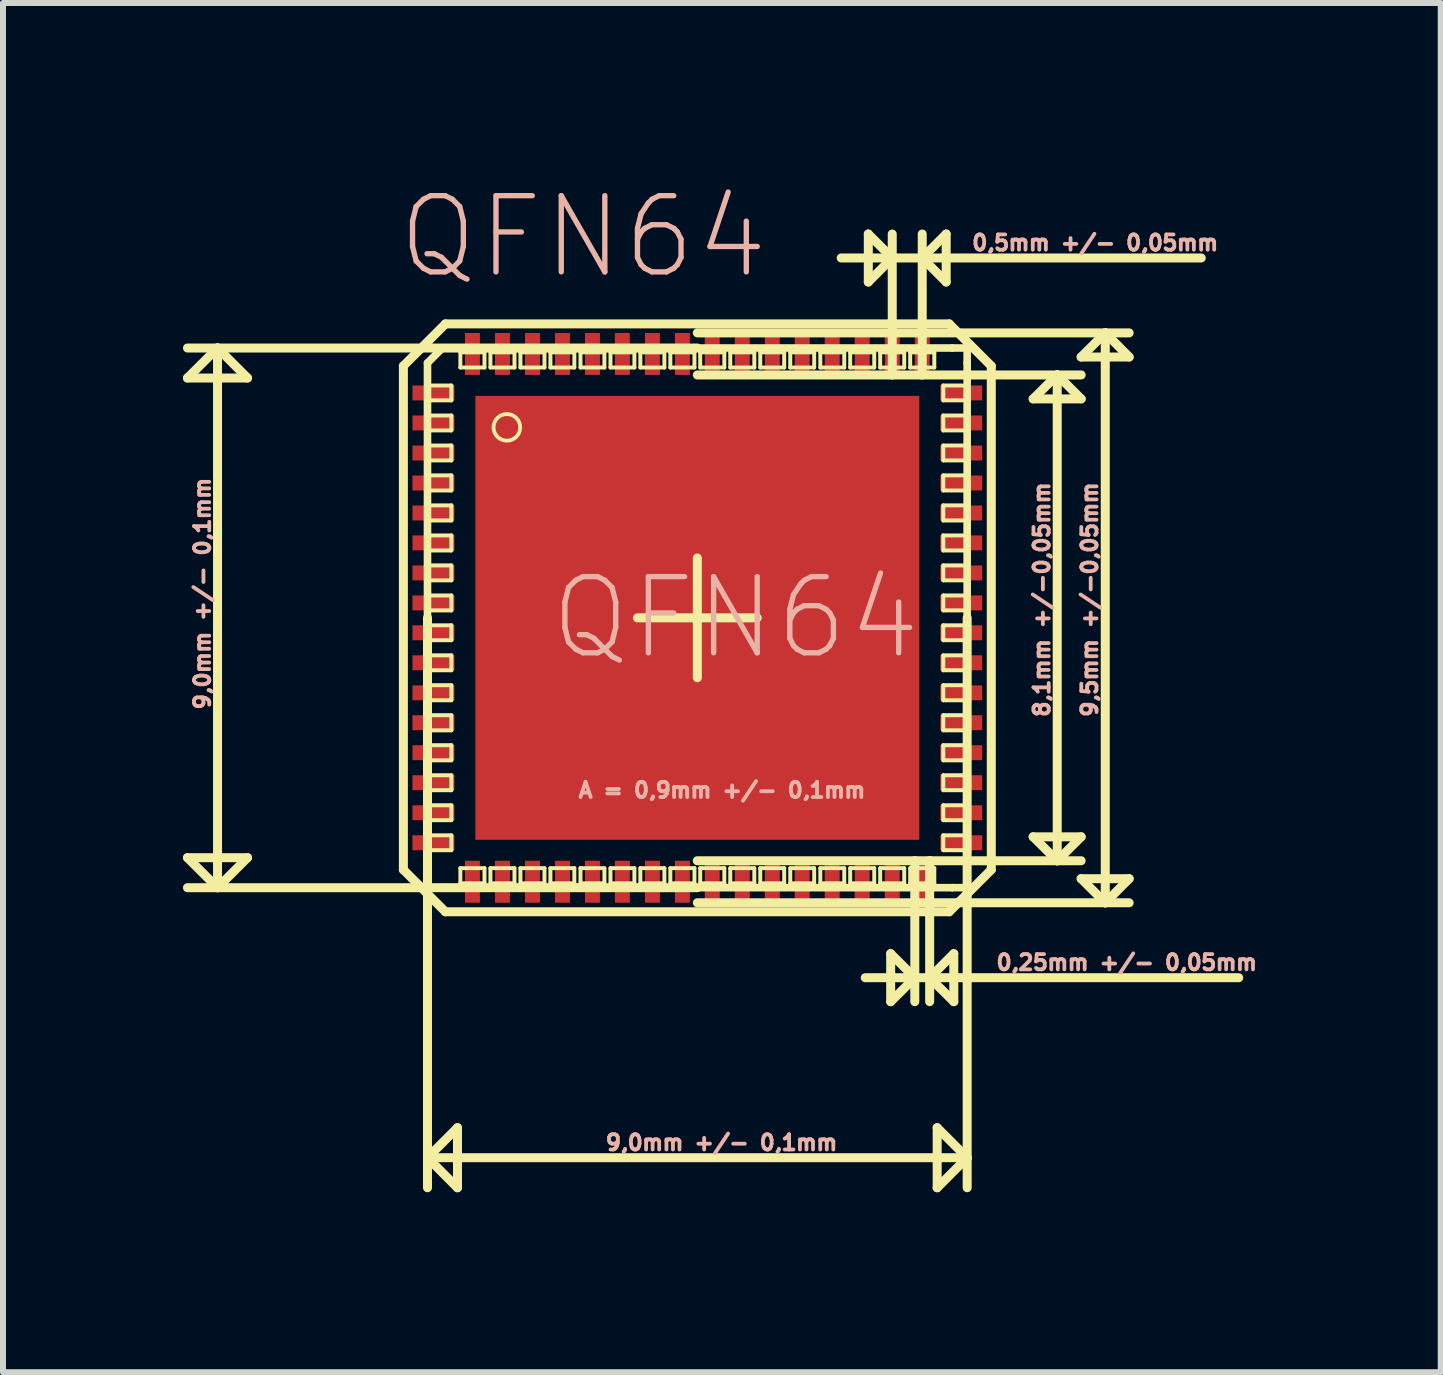
<source format=kicad_pcb>
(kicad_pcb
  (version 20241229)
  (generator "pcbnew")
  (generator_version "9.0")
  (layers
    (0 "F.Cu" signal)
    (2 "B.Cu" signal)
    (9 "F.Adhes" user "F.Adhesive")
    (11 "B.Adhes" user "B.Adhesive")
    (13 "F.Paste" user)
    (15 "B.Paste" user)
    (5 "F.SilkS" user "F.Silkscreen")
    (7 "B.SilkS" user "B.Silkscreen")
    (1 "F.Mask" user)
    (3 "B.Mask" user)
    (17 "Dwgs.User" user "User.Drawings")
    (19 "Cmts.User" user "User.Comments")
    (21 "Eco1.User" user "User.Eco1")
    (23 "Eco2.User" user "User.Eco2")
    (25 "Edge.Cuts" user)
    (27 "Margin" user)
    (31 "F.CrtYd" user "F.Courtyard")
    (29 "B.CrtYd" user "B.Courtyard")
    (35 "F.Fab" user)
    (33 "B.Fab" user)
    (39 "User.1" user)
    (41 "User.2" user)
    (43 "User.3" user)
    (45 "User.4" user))
  (footprint "QFN64"
    (layer "F.Cu")
    (at 8.574 7.249)
    (property "Reference" "QFN64" (at -1.905 -6.35 0) (layer "B.SilkS") (effects (font (size 1.27 1.27) (thickness 0.089))))
    (attr smd)
    (fp_line (start -8.499 -3.998) (end -7.498 -3.998) (stroke (width 0.15) (type solid)) (layer "F.SilkS"))
    (fp_line (start -8.499 3.998) (end -7.498 3.998) (stroke (width 0.15) (type solid)) (layer "F.SilkS"))
    (fp_line (start -7.998 -4.498) (end -8.499 -4.498) (stroke (width 0.15) (type solid)) (layer "F.SilkS"))
    (fp_line (start -7.998 -4.498) (end -8.499 -3.998) (stroke (width 0.15) (type solid)) (layer "F.SilkS"))
    (fp_line (start -7.998 -4.498) (end -7.998 4.498) (stroke (width 0.15) (type solid)) (layer "F.SilkS"))
    (fp_line (start -7.998 4.498) (end -8.499 3.998) (stroke (width 0.15) (type solid)) (layer "F.SilkS"))
    (fp_line (start -7.998 4.498) (end -8.499 4.498) (stroke (width 0.15) (type solid)) (layer "F.SilkS"))
    (fp_line (start -7.998 4.498) (end 0 4.498) (stroke (width 0.15) (type solid)) (layer "F.SilkS"))
    (fp_line (start -7.498 -3.998) (end -7.998 -4.498) (stroke (width 0.15) (type solid)) (layer "F.SilkS"))
    (fp_line (start -7.498 3.998) (end -7.998 4.498) (stroke (width 0.15) (type solid)) (layer "F.SilkS"))
    (fp_line (start -4.9 -4.199) (end -4.9 4.199) (stroke (width 0.15) (type solid)) (layer "F.SilkS"))
    (fp_line (start -4.9 4.199) (end -4.199 4.9) (stroke (width 0.15) (type solid)) (layer "F.SilkS"))
    (fp_line (start -4.498 -4.249) (end -4.498 4.249) (stroke (width 0.127) (type solid)) (layer "F.SilkS"))
    (fp_line (start -4.498 -3.873) (end -4.1 -3.873) (stroke (width 0.066) (type solid)) (layer "F.SilkS"))
    (fp_line (start -4.498 -3.625) (end -4.498 -3.873) (stroke (width 0.066) (type solid)) (layer "F.SilkS"))
    (fp_line (start -4.498 -3.625) (end -4.1 -3.625) (stroke (width 0.066) (type solid)) (layer "F.SilkS"))
    (fp_line (start -4.498 -3.373) (end -4.1 -3.373) (stroke (width 0.066) (type solid)) (layer "F.SilkS"))
    (fp_line (start -4.498 -3.124) (end -4.498 -3.373) (stroke (width 0.066) (type solid)) (layer "F.SilkS"))
    (fp_line (start -4.498 -3.124) (end -4.1 -3.124) (stroke (width 0.066) (type solid)) (layer "F.SilkS"))
    (fp_line (start -4.498 -2.873) (end -4.1 -2.873) (stroke (width 0.066) (type solid)) (layer "F.SilkS"))
    (fp_line (start -4.498 -2.624) (end -4.498 -2.873) (stroke (width 0.066) (type solid)) (layer "F.SilkS"))
    (fp_line (start -4.498 -2.624) (end -4.1 -2.624) (stroke (width 0.066) (type solid)) (layer "F.SilkS"))
    (fp_line (start -4.498 -2.375) (end -4.1 -2.375) (stroke (width 0.066) (type solid)) (layer "F.SilkS"))
    (fp_line (start -4.498 -2.123) (end -4.498 -2.375) (stroke (width 0.066) (type solid)) (layer "F.SilkS"))
    (fp_line (start -4.498 -2.123) (end -4.1 -2.123) (stroke (width 0.066) (type solid)) (layer "F.SilkS"))
    (fp_line (start -4.498 -1.875) (end -4.1 -1.875) (stroke (width 0.066) (type solid)) (layer "F.SilkS"))
    (fp_line (start -4.498 -1.623) (end -4.498 -1.875) (stroke (width 0.066) (type solid)) (layer "F.SilkS"))
    (fp_line (start -4.498 -1.623) (end -4.1 -1.623) (stroke (width 0.066) (type solid)) (layer "F.SilkS"))
    (fp_line (start -4.498 -1.374) (end -4.1 -1.374) (stroke (width 0.066) (type solid)) (layer "F.SilkS"))
    (fp_line (start -4.498 -1.123) (end -4.498 -1.374) (stroke (width 0.066) (type solid)) (layer "F.SilkS"))
    (fp_line (start -4.498 -1.123) (end -4.1 -1.123) (stroke (width 0.066) (type solid)) (layer "F.SilkS"))
    (fp_line (start -4.498 -0.874) (end -4.1 -0.874) (stroke (width 0.066) (type solid)) (layer "F.SilkS"))
    (fp_line (start -4.498 -0.625) (end -4.498 -0.874) (stroke (width 0.066) (type solid)) (layer "F.SilkS"))
    (fp_line (start -4.498 -0.625) (end -4.1 -0.625) (stroke (width 0.066) (type solid)) (layer "F.SilkS"))
    (fp_line (start -4.498 -0.373) (end -4.1 -0.373) (stroke (width 0.066) (type solid)) (layer "F.SilkS"))
    (fp_line (start -4.498 -0.124) (end -4.498 -0.373) (stroke (width 0.066) (type solid)) (layer "F.SilkS"))
    (fp_line (start -4.498 -0.124) (end -4.1 -0.124) (stroke (width 0.066) (type solid)) (layer "F.SilkS"))
    (fp_line (start -4.498 0) (end -4.498 8.999) (stroke (width 0.15) (type solid)) (layer "F.SilkS"))
    (fp_line (start -4.498 0.124) (end -4.1 0.124) (stroke (width 0.066) (type solid)) (layer "F.SilkS"))
    (fp_line (start -4.498 0.373) (end -4.498 0.124) (stroke (width 0.066) (type solid)) (layer "F.SilkS"))
    (fp_line (start -4.498 0.373) (end -4.1 0.373) (stroke (width 0.066) (type solid)) (layer "F.SilkS"))
    (fp_line (start -4.498 0.625) (end -4.1 0.625) (stroke (width 0.066) (type solid)) (layer "F.SilkS"))
    (fp_line (start -4.498 0.874) (end -4.498 0.625) (stroke (width 0.066) (type solid)) (layer "F.SilkS"))
    (fp_line (start -4.498 0.874) (end -4.1 0.874) (stroke (width 0.066) (type solid)) (layer "F.SilkS"))
    (fp_line (start -4.498 1.123) (end -4.1 1.123) (stroke (width 0.066) (type solid)) (layer "F.SilkS"))
    (fp_line (start -4.498 1.374) (end -4.498 1.123) (stroke (width 0.066) (type solid)) (layer "F.SilkS"))
    (fp_line (start -4.498 1.374) (end -4.1 1.374) (stroke (width 0.066) (type solid)) (layer "F.SilkS"))
    (fp_line (start -4.498 1.623) (end -4.1 1.623) (stroke (width 0.066) (type solid)) (layer "F.SilkS"))
    (fp_line (start -4.498 1.875) (end -4.498 1.623) (stroke (width 0.066) (type solid)) (layer "F.SilkS"))
    (fp_line (start -4.498 1.875) (end -4.1 1.875) (stroke (width 0.066) (type solid)) (layer "F.SilkS"))
    (fp_line (start -4.498 2.123) (end -4.1 2.123) (stroke (width 0.066) (type solid)) (layer "F.SilkS"))
    (fp_line (start -4.498 2.375) (end -4.498 2.123) (stroke (width 0.066) (type solid)) (layer "F.SilkS"))
    (fp_line (start -4.498 2.375) (end -4.1 2.375) (stroke (width 0.066) (type solid)) (layer "F.SilkS"))
    (fp_line (start -4.498 2.624) (end -4.1 2.624) (stroke (width 0.066) (type solid)) (layer "F.SilkS"))
    (fp_line (start -4.498 2.873) (end -4.498 2.624) (stroke (width 0.066) (type solid)) (layer "F.SilkS"))
    (fp_line (start -4.498 2.873) (end -4.1 2.873) (stroke (width 0.066) (type solid)) (layer "F.SilkS"))
    (fp_line (start -4.498 3.124) (end -4.1 3.124) (stroke (width 0.066) (type solid)) (layer "F.SilkS"))
    (fp_line (start -4.498 3.373) (end -4.498 3.124) (stroke (width 0.066) (type solid)) (layer "F.SilkS"))
    (fp_line (start -4.498 3.373) (end -4.1 3.373) (stroke (width 0.066) (type solid)) (layer "F.SilkS"))
    (fp_line (start -4.498 3.625) (end -4.1 3.625) (stroke (width 0.066) (type solid)) (layer "F.SilkS"))
    (fp_line (start -4.498 3.873) (end -4.498 3.625) (stroke (width 0.066) (type solid)) (layer "F.SilkS"))
    (fp_line (start -4.498 3.873) (end -4.1 3.873) (stroke (width 0.066) (type solid)) (layer "F.SilkS"))
    (fp_line (start -4.498 4.498) (end -4.498 4.249) (stroke (width 0.127) (type solid)) (layer "F.SilkS"))
    (fp_line (start -4.498 8.999) (end -4.498 9.5) (stroke (width 0.15) (type solid)) (layer "F.SilkS"))
    (fp_line (start -4.498 8.999) (end -3.998 8.499) (stroke (width 0.15) (type solid)) (layer "F.SilkS"))
    (fp_line (start -4.498 8.999) (end 4.498 8.999) (stroke (width 0.15) (type solid)) (layer "F.SilkS"))
    (fp_line (start -4.249 -4.498) (end -4.498 -4.249) (stroke (width 0.127) (type solid)) (layer "F.SilkS"))
    (fp_line (start -4.249 4.498) (end -4.498 4.498) (stroke (width 0.127) (type solid)) (layer "F.SilkS"))
    (fp_line (start -4.249 4.498) (end 4.249 4.498) (stroke (width 0.127) (type solid)) (layer "F.SilkS"))
    (fp_line (start -4.199 -4.9) (end -4.9 -4.199) (stroke (width 0.15) (type solid)) (layer "F.SilkS"))
    (fp_line (start -4.199 4.9) (end 4.199 4.9) (stroke (width 0.15) (type solid)) (layer "F.SilkS"))
    (fp_line (start -4.1 -3.625) (end -4.1 -3.873) (stroke (width 0.066) (type solid)) (layer "F.SilkS"))
    (fp_line (start -4.1 -3.124) (end -4.1 -3.373) (stroke (width 0.066) (type solid)) (layer "F.SilkS"))
    (fp_line (start -4.1 -2.624) (end -4.1 -2.873) (stroke (width 0.066) (type solid)) (layer "F.SilkS"))
    (fp_line (start -4.1 -2.123) (end -4.1 -2.375) (stroke (width 0.066) (type solid)) (layer "F.SilkS"))
    (fp_line (start -4.1 -1.623) (end -4.1 -1.875) (stroke (width 0.066) (type solid)) (layer "F.SilkS"))
    (fp_line (start -4.1 -1.123) (end -4.1 -1.374) (stroke (width 0.066) (type solid)) (layer "F.SilkS"))
    (fp_line (start -4.1 -0.625) (end -4.1 -0.874) (stroke (width 0.066) (type solid)) (layer "F.SilkS"))
    (fp_line (start -4.1 -0.124) (end -4.1 -0.373) (stroke (width 0.066) (type solid)) (layer "F.SilkS"))
    (fp_line (start -4.1 0.373) (end -4.1 0.124) (stroke (width 0.066) (type solid)) (layer "F.SilkS"))
    (fp_line (start -4.1 0.874) (end -4.1 0.625) (stroke (width 0.066) (type solid)) (layer "F.SilkS"))
    (fp_line (start -4.1 1.374) (end -4.1 1.123) (stroke (width 0.066) (type solid)) (layer "F.SilkS"))
    (fp_line (start -4.1 1.875) (end -4.1 1.623) (stroke (width 0.066) (type solid)) (layer "F.SilkS"))
    (fp_line (start -4.1 2.375) (end -4.1 2.123) (stroke (width 0.066) (type solid)) (layer "F.SilkS"))
    (fp_line (start -4.1 2.873) (end -4.1 2.624) (stroke (width 0.066) (type solid)) (layer "F.SilkS"))
    (fp_line (start -4.1 3.373) (end -4.1 3.124) (stroke (width 0.066) (type solid)) (layer "F.SilkS"))
    (fp_line (start -4.1 3.873) (end -4.1 3.625) (stroke (width 0.066) (type solid)) (layer "F.SilkS"))
    (fp_line (start -3.998 8.499) (end -3.998 9.5) (stroke (width 0.15) (type solid)) (layer "F.SilkS"))
    (fp_line (start -3.998 9.5) (end -4.498 8.999) (stroke (width 0.15) (type solid)) (layer "F.SilkS"))
    (fp_line (start -3.95 -4.425) (end -3.548 -4.425) (stroke (width 0.066) (type solid)) (layer "F.SilkS"))
    (fp_line (start -3.95 -4.173) (end -3.95 -4.425) (stroke (width 0.066) (type solid)) (layer "F.SilkS"))
    (fp_line (start -3.95 -4.173) (end -3.548 -4.173) (stroke (width 0.066) (type solid)) (layer "F.SilkS"))
    (fp_line (start -3.95 4.173) (end -3.548 4.173) (stroke (width 0.066) (type solid)) (layer "F.SilkS"))
    (fp_line (start -3.95 4.425) (end -3.95 4.173) (stroke (width 0.066) (type solid)) (layer "F.SilkS"))
    (fp_line (start -3.95 4.425) (end -3.548 4.425) (stroke (width 0.066) (type solid)) (layer "F.SilkS"))
    (fp_line (start -3.548 -4.173) (end -3.548 -4.425) (stroke (width 0.066) (type solid)) (layer "F.SilkS"))
    (fp_line (start -3.548 4.425) (end -3.548 4.173) (stroke (width 0.066) (type solid)) (layer "F.SilkS"))
    (fp_line (start -3.449 -4.425) (end -3.048 -4.425) (stroke (width 0.066) (type solid)) (layer "F.SilkS"))
    (fp_line (start -3.449 -4.173) (end -3.449 -4.425) (stroke (width 0.066) (type solid)) (layer "F.SilkS"))
    (fp_line (start -3.449 -4.173) (end -3.048 -4.173) (stroke (width 0.066) (type solid)) (layer "F.SilkS"))
    (fp_line (start -3.449 4.173) (end -3.048 4.173) (stroke (width 0.066) (type solid)) (layer "F.SilkS"))
    (fp_line (start -3.449 4.425) (end -3.449 4.173) (stroke (width 0.066) (type solid)) (layer "F.SilkS"))
    (fp_line (start -3.449 4.425) (end -3.048 4.425) (stroke (width 0.066) (type solid)) (layer "F.SilkS"))
    (fp_line (start -3.048 -4.173) (end -3.048 -4.425) (stroke (width 0.066) (type solid)) (layer "F.SilkS"))
    (fp_line (start -3.048 4.425) (end -3.048 4.173) (stroke (width 0.066) (type solid)) (layer "F.SilkS"))
    (fp_line (start -2.949 -4.425) (end -2.548 -4.425) (stroke (width 0.066) (type solid)) (layer "F.SilkS"))
    (fp_line (start -2.949 -4.173) (end -2.949 -4.425) (stroke (width 0.066) (type solid)) (layer "F.SilkS"))
    (fp_line (start -2.949 -4.173) (end -2.548 -4.173) (stroke (width 0.066) (type solid)) (layer "F.SilkS"))
    (fp_line (start -2.949 4.173) (end -2.548 4.173) (stroke (width 0.066) (type solid)) (layer "F.SilkS"))
    (fp_line (start -2.949 4.425) (end -2.949 4.173) (stroke (width 0.066) (type solid)) (layer "F.SilkS"))
    (fp_line (start -2.949 4.425) (end -2.548 4.425) (stroke (width 0.066) (type solid)) (layer "F.SilkS"))
    (fp_line (start -2.548 -4.173) (end -2.548 -4.425) (stroke (width 0.066) (type solid)) (layer "F.SilkS"))
    (fp_line (start -2.548 4.425) (end -2.548 4.173) (stroke (width 0.066) (type solid)) (layer "F.SilkS"))
    (fp_line (start -2.449 -4.425) (end -2.05 -4.425) (stroke (width 0.066) (type solid)) (layer "F.SilkS"))
    (fp_line (start -2.449 -4.173) (end -2.449 -4.425) (stroke (width 0.066) (type solid)) (layer "F.SilkS"))
    (fp_line (start -2.449 -4.173) (end -2.05 -4.173) (stroke (width 0.066) (type solid)) (layer "F.SilkS"))
    (fp_line (start -2.449 4.173) (end -2.05 4.173) (stroke (width 0.066) (type solid)) (layer "F.SilkS"))
    (fp_line (start -2.449 4.425) (end -2.449 4.173) (stroke (width 0.066) (type solid)) (layer "F.SilkS"))
    (fp_line (start -2.449 4.425) (end -2.05 4.425) (stroke (width 0.066) (type solid)) (layer "F.SilkS"))
    (fp_line (start -2.05 -4.173) (end -2.05 -4.425) (stroke (width 0.066) (type solid)) (layer "F.SilkS"))
    (fp_line (start -2.05 4.425) (end -2.05 4.173) (stroke (width 0.066) (type solid)) (layer "F.SilkS"))
    (fp_line (start -1.948 -4.425) (end -1.549 -4.425) (stroke (width 0.066) (type solid)) (layer "F.SilkS"))
    (fp_line (start -1.948 -4.173) (end -1.948 -4.425) (stroke (width 0.066) (type solid)) (layer "F.SilkS"))
    (fp_line (start -1.948 -4.173) (end -1.549 -4.173) (stroke (width 0.066) (type solid)) (layer "F.SilkS"))
    (fp_line (start -1.948 4.173) (end -1.549 4.173) (stroke (width 0.066) (type solid)) (layer "F.SilkS"))
    (fp_line (start -1.948 4.425) (end -1.948 4.173) (stroke (width 0.066) (type solid)) (layer "F.SilkS"))
    (fp_line (start -1.948 4.425) (end -1.549 4.425) (stroke (width 0.066) (type solid)) (layer "F.SilkS"))
    (fp_line (start -1.549 -4.173) (end -1.549 -4.425) (stroke (width 0.066) (type solid)) (layer "F.SilkS"))
    (fp_line (start -1.549 4.425) (end -1.549 4.173) (stroke (width 0.066) (type solid)) (layer "F.SilkS"))
    (fp_line (start -1.448 -4.425) (end -1.049 -4.425) (stroke (width 0.066) (type solid)) (layer "F.SilkS"))
    (fp_line (start -1.448 -4.173) (end -1.448 -4.425) (stroke (width 0.066) (type solid)) (layer "F.SilkS"))
    (fp_line (start -1.448 -4.173) (end -1.049 -4.173) (stroke (width 0.066) (type solid)) (layer "F.SilkS"))
    (fp_line (start -1.448 4.173) (end -1.049 4.173) (stroke (width 0.066) (type solid)) (layer "F.SilkS"))
    (fp_line (start -1.448 4.425) (end -1.448 4.173) (stroke (width 0.066) (type solid)) (layer "F.SilkS"))
    (fp_line (start -1.448 4.425) (end -1.049 4.425) (stroke (width 0.066) (type solid)) (layer "F.SilkS"))
    (fp_line (start -1.049 -4.173) (end -1.049 -4.425) (stroke (width 0.066) (type solid)) (layer "F.SilkS"))
    (fp_line (start -1.049 4.425) (end -1.049 4.173) (stroke (width 0.066) (type solid)) (layer "F.SilkS"))
    (fp_line (start -0.998 0) (end 0.998 0) (stroke (width 0.15) (type solid)) (layer "F.SilkS"))
    (fp_line (start -0.95 -4.425) (end -0.549 -4.425) (stroke (width 0.066) (type solid)) (layer "F.SilkS"))
    (fp_line (start -0.95 -4.173) (end -0.95 -4.425) (stroke (width 0.066) (type solid)) (layer "F.SilkS"))
    (fp_line (start -0.95 -4.173) (end -0.549 -4.173) (stroke (width 0.066) (type solid)) (layer "F.SilkS"))
    (fp_line (start -0.95 4.173) (end -0.549 4.173) (stroke (width 0.066) (type solid)) (layer "F.SilkS"))
    (fp_line (start -0.95 4.425) (end -0.95 4.173) (stroke (width 0.066) (type solid)) (layer "F.SilkS"))
    (fp_line (start -0.95 4.425) (end -0.549 4.425) (stroke (width 0.066) (type solid)) (layer "F.SilkS"))
    (fp_line (start -0.549 -4.173) (end -0.549 -4.425) (stroke (width 0.066) (type solid)) (layer "F.SilkS"))
    (fp_line (start -0.549 4.425) (end -0.549 4.173) (stroke (width 0.066) (type solid)) (layer "F.SilkS"))
    (fp_line (start -0.45 -4.425) (end -0.048 -4.425) (stroke (width 0.066) (type solid)) (layer "F.SilkS"))
    (fp_line (start -0.45 -4.173) (end -0.45 -4.425) (stroke (width 0.066) (type solid)) (layer "F.SilkS"))
    (fp_line (start -0.45 -4.173) (end -0.048 -4.173) (stroke (width 0.066) (type solid)) (layer "F.SilkS"))
    (fp_line (start -0.45 4.173) (end -0.048 4.173) (stroke (width 0.066) (type solid)) (layer "F.SilkS"))
    (fp_line (start -0.45 4.425) (end -0.45 4.173) (stroke (width 0.066) (type solid)) (layer "F.SilkS"))
    (fp_line (start -0.45 4.425) (end -0.048 4.425) (stroke (width 0.066) (type solid)) (layer "F.SilkS"))
    (fp_line (start -0.048 -4.173) (end -0.048 -4.425) (stroke (width 0.066) (type solid)) (layer "F.SilkS"))
    (fp_line (start -0.048 4.425) (end -0.048 4.173) (stroke (width 0.066) (type solid)) (layer "F.SilkS"))
    (fp_line (start 0 -4.75) (end 6.8 -4.75) (stroke (width 0.15) (type solid)) (layer "F.SilkS"))
    (fp_line (start 0 -4.498) (end -7.998 -4.498) (stroke (width 0.15) (type solid)) (layer "F.SilkS"))
    (fp_line (start 0 -4.049) (end 3.249 -4.049) (stroke (width 0.15) (type solid)) (layer "F.SilkS"))
    (fp_line (start 0 -0.998) (end 0 0.998) (stroke (width 0.15) (type solid)) (layer "F.SilkS"))
    (fp_line (start 0 4.049) (end 3.625 4.049) (stroke (width 0.15) (type solid)) (layer "F.SilkS"))
    (fp_line (start 0 4.75) (end 6.8 4.75) (stroke (width 0.15) (type solid)) (layer "F.SilkS"))
    (fp_line (start 0.048 -4.425) (end 0.45 -4.425) (stroke (width 0.066) (type solid)) (layer "F.SilkS"))
    (fp_line (start 0.048 -4.173) (end 0.048 -4.425) (stroke (width 0.066) (type solid)) (layer "F.SilkS"))
    (fp_line (start 0.048 -4.173) (end 0.45 -4.173) (stroke (width 0.066) (type solid)) (layer "F.SilkS"))
    (fp_line (start 0.048 4.173) (end 0.45 4.173) (stroke (width 0.066) (type solid)) (layer "F.SilkS"))
    (fp_line (start 0.048 4.425) (end 0.048 4.173) (stroke (width 0.066) (type solid)) (layer "F.SilkS"))
    (fp_line (start 0.048 4.425) (end 0.45 4.425) (stroke (width 0.066) (type solid)) (layer "F.SilkS"))
    (fp_line (start 0.45 -4.173) (end 0.45 -4.425) (stroke (width 0.066) (type solid)) (layer "F.SilkS"))
    (fp_line (start 0.45 4.425) (end 0.45 4.173) (stroke (width 0.066) (type solid)) (layer "F.SilkS"))
    (fp_line (start 0.549 -4.425) (end 0.95 -4.425) (stroke (width 0.066) (type solid)) (layer "F.SilkS"))
    (fp_line (start 0.549 -4.173) (end 0.549 -4.425) (stroke (width 0.066) (type solid)) (layer "F.SilkS"))
    (fp_line (start 0.549 -4.173) (end 0.95 -4.173) (stroke (width 0.066) (type solid)) (layer "F.SilkS"))
    (fp_line (start 0.549 4.173) (end 0.95 4.173) (stroke (width 0.066) (type solid)) (layer "F.SilkS"))
    (fp_line (start 0.549 4.425) (end 0.549 4.173) (stroke (width 0.066) (type solid)) (layer "F.SilkS"))
    (fp_line (start 0.549 4.425) (end 0.95 4.425) (stroke (width 0.066) (type solid)) (layer "F.SilkS"))
    (fp_line (start 0.95 -4.173) (end 0.95 -4.425) (stroke (width 0.066) (type solid)) (layer "F.SilkS"))
    (fp_line (start 0.95 4.425) (end 0.95 4.173) (stroke (width 0.066) (type solid)) (layer "F.SilkS"))
    (fp_line (start 1.049 -4.425) (end 1.448 -4.425) (stroke (width 0.066) (type solid)) (layer "F.SilkS"))
    (fp_line (start 1.049 -4.173) (end 1.049 -4.425) (stroke (width 0.066) (type solid)) (layer "F.SilkS"))
    (fp_line (start 1.049 -4.173) (end 1.448 -4.173) (stroke (width 0.066) (type solid)) (layer "F.SilkS"))
    (fp_line (start 1.049 4.173) (end 1.448 4.173) (stroke (width 0.066) (type solid)) (layer "F.SilkS"))
    (fp_line (start 1.049 4.425) (end 1.049 4.173) (stroke (width 0.066) (type solid)) (layer "F.SilkS"))
    (fp_line (start 1.049 4.425) (end 1.448 4.425) (stroke (width 0.066) (type solid)) (layer "F.SilkS"))
    (fp_line (start 1.448 -4.173) (end 1.448 -4.425) (stroke (width 0.066) (type solid)) (layer "F.SilkS"))
    (fp_line (start 1.448 4.425) (end 1.448 4.173) (stroke (width 0.066) (type solid)) (layer "F.SilkS"))
    (fp_line (start 1.549 -4.425) (end 1.948 -4.425) (stroke (width 0.066) (type solid)) (layer "F.SilkS"))
    (fp_line (start 1.549 -4.173) (end 1.549 -4.425) (stroke (width 0.066) (type solid)) (layer "F.SilkS"))
    (fp_line (start 1.549 -4.173) (end 1.948 -4.173) (stroke (width 0.066) (type solid)) (layer "F.SilkS"))
    (fp_line (start 1.549 4.173) (end 1.948 4.173) (stroke (width 0.066) (type solid)) (layer "F.SilkS"))
    (fp_line (start 1.549 4.425) (end 1.549 4.173) (stroke (width 0.066) (type solid)) (layer "F.SilkS"))
    (fp_line (start 1.549 4.425) (end 1.948 4.425) (stroke (width 0.066) (type solid)) (layer "F.SilkS"))
    (fp_line (start 1.948 -4.173) (end 1.948 -4.425) (stroke (width 0.066) (type solid)) (layer "F.SilkS"))
    (fp_line (start 1.948 4.425) (end 1.948 4.173) (stroke (width 0.066) (type solid)) (layer "F.SilkS"))
    (fp_line (start 2.05 -4.425) (end 2.449 -4.425) (stroke (width 0.066) (type solid)) (layer "F.SilkS"))
    (fp_line (start 2.05 -4.173) (end 2.05 -4.425) (stroke (width 0.066) (type solid)) (layer "F.SilkS"))
    (fp_line (start 2.05 -4.173) (end 2.449 -4.173) (stroke (width 0.066) (type solid)) (layer "F.SilkS"))
    (fp_line (start 2.05 4.173) (end 2.449 4.173) (stroke (width 0.066) (type solid)) (layer "F.SilkS"))
    (fp_line (start 2.05 4.425) (end 2.05 4.173) (stroke (width 0.066) (type solid)) (layer "F.SilkS"))
    (fp_line (start 2.05 4.425) (end 2.449 4.425) (stroke (width 0.066) (type solid)) (layer "F.SilkS"))
    (fp_line (start 2.449 -4.173) (end 2.449 -4.425) (stroke (width 0.066) (type solid)) (layer "F.SilkS"))
    (fp_line (start 2.449 4.425) (end 2.449 4.173) (stroke (width 0.066) (type solid)) (layer "F.SilkS"))
    (fp_line (start 2.548 -4.425) (end 2.949 -4.425) (stroke (width 0.066) (type solid)) (layer "F.SilkS"))
    (fp_line (start 2.548 -4.173) (end 2.548 -4.425) (stroke (width 0.066) (type solid)) (layer "F.SilkS"))
    (fp_line (start 2.548 -4.173) (end 2.949 -4.173) (stroke (width 0.066) (type solid)) (layer "F.SilkS"))
    (fp_line (start 2.548 4.173) (end 2.949 4.173) (stroke (width 0.066) (type solid)) (layer "F.SilkS"))
    (fp_line (start 2.548 4.425) (end 2.548 4.173) (stroke (width 0.066) (type solid)) (layer "F.SilkS"))
    (fp_line (start 2.548 4.425) (end 2.949 4.425) (stroke (width 0.066) (type solid)) (layer "F.SilkS"))
    (fp_line (start 2.85 -6.398) (end 3.249 -5.999) (stroke (width 0.15) (type solid)) (layer "F.SilkS"))
    (fp_line (start 2.85 -5.598) (end 2.85 -6.398) (stroke (width 0.15) (type solid)) (layer "F.SilkS"))
    (fp_line (start 2.949 -4.173) (end 2.949 -4.425) (stroke (width 0.066) (type solid)) (layer "F.SilkS"))
    (fp_line (start 2.949 4.425) (end 2.949 4.173) (stroke (width 0.066) (type solid)) (layer "F.SilkS"))
    (fp_line (start 3.048 -4.425) (end 3.449 -4.425) (stroke (width 0.066) (type solid)) (layer "F.SilkS"))
    (fp_line (start 3.048 -4.173) (end 3.048 -4.425) (stroke (width 0.066) (type solid)) (layer "F.SilkS"))
    (fp_line (start 3.048 -4.173) (end 3.449 -4.173) (stroke (width 0.066) (type solid)) (layer "F.SilkS"))
    (fp_line (start 3.048 4.173) (end 3.449 4.173) (stroke (width 0.066) (type solid)) (layer "F.SilkS"))
    (fp_line (start 3.048 4.425) (end 3.048 4.173) (stroke (width 0.066) (type solid)) (layer "F.SilkS"))
    (fp_line (start 3.048 4.425) (end 3.449 4.425) (stroke (width 0.066) (type solid)) (layer "F.SilkS"))
    (fp_line (start 3.223 5.598) (end 3.223 6.398) (stroke (width 0.15) (type solid)) (layer "F.SilkS"))
    (fp_line (start 3.223 6.398) (end 3.625 5.999) (stroke (width 0.15) (type solid)) (layer "F.SilkS"))
    (fp_line (start 3.249 -5.999) (end 2.398 -5.999) (stroke (width 0.15) (type solid)) (layer "F.SilkS"))
    (fp_line (start 3.249 -5.999) (end 2.85 -5.598) (stroke (width 0.15) (type solid)) (layer "F.SilkS"))
    (fp_line (start 3.249 -5.999) (end 3.249 -6.398) (stroke (width 0.15) (type solid)) (layer "F.SilkS"))
    (fp_line (start 3.249 -5.999) (end 3.249 -4.049) (stroke (width 0.15) (type solid)) (layer "F.SilkS"))
    (fp_line (start 3.249 -4.049) (end 3.749 -4.049) (stroke (width 0.15) (type solid)) (layer "F.SilkS"))
    (fp_line (start 3.449 -4.173) (end 3.449 -4.425) (stroke (width 0.066) (type solid)) (layer "F.SilkS"))
    (fp_line (start 3.449 4.425) (end 3.449 4.173) (stroke (width 0.066) (type solid)) (layer "F.SilkS"))
    (fp_line (start 3.548 -4.425) (end 3.95 -4.425) (stroke (width 0.066) (type solid)) (layer "F.SilkS"))
    (fp_line (start 3.548 -4.173) (end 3.548 -4.425) (stroke (width 0.066) (type solid)) (layer "F.SilkS"))
    (fp_line (start 3.548 -4.173) (end 3.95 -4.173) (stroke (width 0.066) (type solid)) (layer "F.SilkS"))
    (fp_line (start 3.548 4.173) (end 3.95 4.173) (stroke (width 0.066) (type solid)) (layer "F.SilkS"))
    (fp_line (start 3.548 4.425) (end 3.548 4.173) (stroke (width 0.066) (type solid)) (layer "F.SilkS"))
    (fp_line (start 3.548 4.425) (end 3.95 4.425) (stroke (width 0.066) (type solid)) (layer "F.SilkS"))
    (fp_line (start 3.625 4.049) (end 3.625 5.999) (stroke (width 0.15) (type solid)) (layer "F.SilkS"))
    (fp_line (start 3.625 4.049) (end 3.873 4.049) (stroke (width 0.15) (type solid)) (layer "F.SilkS"))
    (fp_line (start 3.625 5.999) (end 2.799 5.999) (stroke (width 0.15) (type solid)) (layer "F.SilkS"))
    (fp_line (start 3.625 5.999) (end 3.223 5.598) (stroke (width 0.15) (type solid)) (layer "F.SilkS"))
    (fp_line (start 3.625 5.999) (end 3.625 6.398) (stroke (width 0.15) (type solid)) (layer "F.SilkS"))
    (fp_line (start 3.625 5.999) (end 3.873 5.999) (stroke (width 0.15) (type solid)) (layer "F.SilkS"))
    (fp_line (start 3.749 -5.999) (end 3.249 -5.999) (stroke (width 0.15) (type solid)) (layer "F.SilkS"))
    (fp_line (start 3.749 -5.999) (end 3.749 -6.398) (stroke (width 0.15) (type solid)) (layer "F.SilkS"))
    (fp_line (start 3.749 -5.999) (end 4.148 -6.398) (stroke (width 0.15) (type solid)) (layer "F.SilkS"))
    (fp_line (start 3.749 -5.999) (end 8.4 -5.999) (stroke (width 0.15) (type solid)) (layer "F.SilkS"))
    (fp_line (start 3.749 -4.049) (end 3.749 -5.999) (stroke (width 0.15) (type solid)) (layer "F.SilkS"))
    (fp_line (start 3.749 -4.049) (end 5.999 -4.049) (stroke (width 0.15) (type solid)) (layer "F.SilkS"))
    (fp_line (start 3.873 4.049) (end 5.999 4.049) (stroke (width 0.15) (type solid)) (layer "F.SilkS"))
    (fp_line (start 3.873 5.999) (end 3.873 4.049) (stroke (width 0.15) (type solid)) (layer "F.SilkS"))
    (fp_line (start 3.873 5.999) (end 3.873 6.398) (stroke (width 0.15) (type solid)) (layer "F.SilkS"))
    (fp_line (start 3.873 5.999) (end 4.275 5.598) (stroke (width 0.15) (type solid)) (layer "F.SilkS"))
    (fp_line (start 3.873 5.999) (end 9.025 5.999) (stroke (width 0.15) (type solid)) (layer "F.SilkS"))
    (fp_line (start 3.95 -4.173) (end 3.95 -4.425) (stroke (width 0.066) (type solid)) (layer "F.SilkS"))
    (fp_line (start 3.95 4.425) (end 3.95 4.173) (stroke (width 0.066) (type solid)) (layer "F.SilkS"))
    (fp_line (start 3.998 8.499) (end 3.998 9.5) (stroke (width 0.15) (type solid)) (layer "F.SilkS"))
    (fp_line (start 3.998 9.5) (end 4.498 8.999) (stroke (width 0.15) (type solid)) (layer "F.SilkS"))
    (fp_line (start 4.1 -3.873) (end 4.498 -3.873) (stroke (width 0.066) (type solid)) (layer "F.SilkS"))
    (fp_line (start 4.1 -3.625) (end 4.1 -3.873) (stroke (width 0.066) (type solid)) (layer "F.SilkS"))
    (fp_line (start 4.1 -3.625) (end 4.498 -3.625) (stroke (width 0.066) (type solid)) (layer "F.SilkS"))
    (fp_line (start 4.1 -3.373) (end 4.498 -3.373) (stroke (width 0.066) (type solid)) (layer "F.SilkS"))
    (fp_line (start 4.1 -3.124) (end 4.1 -3.373) (stroke (width 0.066) (type solid)) (layer "F.SilkS"))
    (fp_line (start 4.1 -3.124) (end 4.498 -3.124) (stroke (width 0.066) (type solid)) (layer "F.SilkS"))
    (fp_line (start 4.1 -2.873) (end 4.498 -2.873) (stroke (width 0.066) (type solid)) (layer "F.SilkS"))
    (fp_line (start 4.1 -2.624) (end 4.1 -2.873) (stroke (width 0.066) (type solid)) (layer "F.SilkS"))
    (fp_line (start 4.1 -2.624) (end 4.498 -2.624) (stroke (width 0.066) (type solid)) (layer "F.SilkS"))
    (fp_line (start 4.1 -2.375) (end 4.498 -2.375) (stroke (width 0.066) (type solid)) (layer "F.SilkS"))
    (fp_line (start 4.1 -2.123) (end 4.1 -2.375) (stroke (width 0.066) (type solid)) (layer "F.SilkS"))
    (fp_line (start 4.1 -2.123) (end 4.498 -2.123) (stroke (width 0.066) (type solid)) (layer "F.SilkS"))
    (fp_line (start 4.1 -1.875) (end 4.498 -1.875) (stroke (width 0.066) (type solid)) (layer "F.SilkS"))
    (fp_line (start 4.1 -1.623) (end 4.1 -1.875) (stroke (width 0.066) (type solid)) (layer "F.SilkS"))
    (fp_line (start 4.1 -1.623) (end 4.498 -1.623) (stroke (width 0.066) (type solid)) (layer "F.SilkS"))
    (fp_line (start 4.1 -1.374) (end 4.498 -1.374) (stroke (width 0.066) (type solid)) (layer "F.SilkS"))
    (fp_line (start 4.1 -1.123) (end 4.1 -1.374) (stroke (width 0.066) (type solid)) (layer "F.SilkS"))
    (fp_line (start 4.1 -1.123) (end 4.498 -1.123) (stroke (width 0.066) (type solid)) (layer "F.SilkS"))
    (fp_line (start 4.1 -0.874) (end 4.498 -0.874) (stroke (width 0.066) (type solid)) (layer "F.SilkS"))
    (fp_line (start 4.1 -0.625) (end 4.1 -0.874) (stroke (width 0.066) (type solid)) (layer "F.SilkS"))
    (fp_line (start 4.1 -0.625) (end 4.498 -0.625) (stroke (width 0.066) (type solid)) (layer "F.SilkS"))
    (fp_line (start 4.1 -0.373) (end 4.498 -0.373) (stroke (width 0.066) (type solid)) (layer "F.SilkS"))
    (fp_line (start 4.1 -0.124) (end 4.1 -0.373) (stroke (width 0.066) (type solid)) (layer "F.SilkS"))
    (fp_line (start 4.1 -0.124) (end 4.498 -0.124) (stroke (width 0.066) (type solid)) (layer "F.SilkS"))
    (fp_line (start 4.1 0.124) (end 4.498 0.124) (stroke (width 0.066) (type solid)) (layer "F.SilkS"))
    (fp_line (start 4.1 0.373) (end 4.1 0.124) (stroke (width 0.066) (type solid)) (layer "F.SilkS"))
    (fp_line (start 4.1 0.373) (end 4.498 0.373) (stroke (width 0.066) (type solid)) (layer "F.SilkS"))
    (fp_line (start 4.1 0.625) (end 4.498 0.625) (stroke (width 0.066) (type solid)) (layer "F.SilkS"))
    (fp_line (start 4.1 0.874) (end 4.1 0.625) (stroke (width 0.066) (type solid)) (layer "F.SilkS"))
    (fp_line (start 4.1 0.874) (end 4.498 0.874) (stroke (width 0.066) (type solid)) (layer "F.SilkS"))
    (fp_line (start 4.1 1.123) (end 4.498 1.123) (stroke (width 0.066) (type solid)) (layer "F.SilkS"))
    (fp_line (start 4.1 1.374) (end 4.1 1.123) (stroke (width 0.066) (type solid)) (layer "F.SilkS"))
    (fp_line (start 4.1 1.374) (end 4.498 1.374) (stroke (width 0.066) (type solid)) (layer "F.SilkS"))
    (fp_line (start 4.1 1.623) (end 4.498 1.623) (stroke (width 0.066) (type solid)) (layer "F.SilkS"))
    (fp_line (start 4.1 1.875) (end 4.1 1.623) (stroke (width 0.066) (type solid)) (layer "F.SilkS"))
    (fp_line (start 4.1 1.875) (end 4.498 1.875) (stroke (width 0.066) (type solid)) (layer "F.SilkS"))
    (fp_line (start 4.1 2.123) (end 4.498 2.123) (stroke (width 0.066) (type solid)) (layer "F.SilkS"))
    (fp_line (start 4.1 2.375) (end 4.1 2.123) (stroke (width 0.066) (type solid)) (layer "F.SilkS"))
    (fp_line (start 4.1 2.375) (end 4.498 2.375) (stroke (width 0.066) (type solid)) (layer "F.SilkS"))
    (fp_line (start 4.1 2.624) (end 4.498 2.624) (stroke (width 0.066) (type solid)) (layer "F.SilkS"))
    (fp_line (start 4.1 2.873) (end 4.1 2.624) (stroke (width 0.066) (type solid)) (layer "F.SilkS"))
    (fp_line (start 4.1 2.873) (end 4.498 2.873) (stroke (width 0.066) (type solid)) (layer "F.SilkS"))
    (fp_line (start 4.1 3.124) (end 4.498 3.124) (stroke (width 0.066) (type solid)) (layer "F.SilkS"))
    (fp_line (start 4.1 3.373) (end 4.1 3.124) (stroke (width 0.066) (type solid)) (layer "F.SilkS"))
    (fp_line (start 4.1 3.373) (end 4.498 3.373) (stroke (width 0.066) (type solid)) (layer "F.SilkS"))
    (fp_line (start 4.1 3.625) (end 4.498 3.625) (stroke (width 0.066) (type solid)) (layer "F.SilkS"))
    (fp_line (start 4.1 3.873) (end 4.1 3.625) (stroke (width 0.066) (type solid)) (layer "F.SilkS"))
    (fp_line (start 4.1 3.873) (end 4.498 3.873) (stroke (width 0.066) (type solid)) (layer "F.SilkS"))
    (fp_line (start 4.148 -6.398) (end 4.148 -5.598) (stroke (width 0.15) (type solid)) (layer "F.SilkS"))
    (fp_line (start 4.148 -5.598) (end 3.749 -5.999) (stroke (width 0.15) (type solid)) (layer "F.SilkS"))
    (fp_line (start 4.199 -4.9) (end -4.199 -4.9) (stroke (width 0.15) (type solid)) (layer "F.SilkS"))
    (fp_line (start 4.199 4.9) (end 4.9 4.199) (stroke (width 0.15) (type solid)) (layer "F.SilkS"))
    (fp_line (start 4.249 -4.498) (end -4.249 -4.498) (stroke (width 0.127) (type solid)) (layer "F.SilkS"))
    (fp_line (start 4.275 5.598) (end 4.275 6.398) (stroke (width 0.15) (type solid)) (layer "F.SilkS"))
    (fp_line (start 4.275 6.398) (end 3.873 5.999) (stroke (width 0.15) (type solid)) (layer "F.SilkS"))
    (fp_line (start 4.498 -4.498) (end 4.249 -4.498) (stroke (width 0.127) (type solid)) (layer "F.SilkS"))
    (fp_line (start 4.498 -4.249) (end 4.498 -4.498) (stroke (width 0.127) (type solid)) (layer "F.SilkS"))
    (fp_line (start 4.498 -3.625) (end 4.498 -3.873) (stroke (width 0.066) (type solid)) (layer "F.SilkS"))
    (fp_line (start 4.498 -3.124) (end 4.498 -3.373) (stroke (width 0.066) (type solid)) (layer "F.SilkS"))
    (fp_line (start 4.498 -2.624) (end 4.498 -2.873) (stroke (width 0.066) (type solid)) (layer "F.SilkS"))
    (fp_line (start 4.498 -2.123) (end 4.498 -2.375) (stroke (width 0.066) (type solid)) (layer "F.SilkS"))
    (fp_line (start 4.498 -1.623) (end 4.498 -1.875) (stroke (width 0.066) (type solid)) (layer "F.SilkS"))
    (fp_line (start 4.498 -1.123) (end 4.498 -1.374) (stroke (width 0.066) (type solid)) (layer "F.SilkS"))
    (fp_line (start 4.498 -0.625) (end 4.498 -0.874) (stroke (width 0.066) (type solid)) (layer "F.SilkS"))
    (fp_line (start 4.498 -0.124) (end 4.498 -0.373) (stroke (width 0.066) (type solid)) (layer "F.SilkS"))
    (fp_line (start 4.498 0.373) (end 4.498 0.124) (stroke (width 0.066) (type solid)) (layer "F.SilkS"))
    (fp_line (start 4.498 0.874) (end 4.498 0.625) (stroke (width 0.066) (type solid)) (layer "F.SilkS"))
    (fp_line (start 4.498 1.374) (end 4.498 1.123) (stroke (width 0.066) (type solid)) (layer "F.SilkS"))
    (fp_line (start 4.498 1.875) (end 4.498 1.623) (stroke (width 0.066) (type solid)) (layer "F.SilkS"))
    (fp_line (start 4.498 2.375) (end 4.498 2.123) (stroke (width 0.066) (type solid)) (layer "F.SilkS"))
    (fp_line (start 4.498 2.873) (end 4.498 2.624) (stroke (width 0.066) (type solid)) (layer "F.SilkS"))
    (fp_line (start 4.498 3.373) (end 4.498 3.124) (stroke (width 0.066) (type solid)) (layer "F.SilkS"))
    (fp_line (start 4.498 3.873) (end 4.498 3.625) (stroke (width 0.066) (type solid)) (layer "F.SilkS"))
    (fp_line (start 4.498 4.249) (end 4.498 -4.249) (stroke (width 0.127) (type solid)) (layer "F.SilkS"))
    (fp_line (start 4.498 4.249) (end 4.498 4.498) (stroke (width 0.127) (type solid)) (layer "F.SilkS"))
    (fp_line (start 4.498 4.498) (end 4.249 4.498) (stroke (width 0.127) (type solid)) (layer "F.SilkS"))
    (fp_line (start 4.498 8.999) (end 3.998 8.499) (stroke (width 0.15) (type solid)) (layer "F.SilkS"))
    (fp_line (start 4.498 8.999) (end 4.498 0) (stroke (width 0.15) (type solid)) (layer "F.SilkS"))
    (fp_line (start 4.498 9.5) (end 4.498 8.999) (stroke (width 0.15) (type solid)) (layer "F.SilkS"))
    (fp_line (start 4.9 -4.199) (end 4.199 -4.9) (stroke (width 0.15) (type solid)) (layer "F.SilkS"))
    (fp_line (start 4.9 4.199) (end 4.9 -4.199) (stroke (width 0.15) (type solid)) (layer "F.SilkS"))
    (fp_line (start 5.598 -3.65) (end 6.398 -3.65) (stroke (width 0.15) (type solid)) (layer "F.SilkS"))
    (fp_line (start 5.598 3.65) (end 6.398 3.65) (stroke (width 0.15) (type solid)) (layer "F.SilkS"))
    (fp_line (start 5.999 -4.049) (end 5.598 -3.65) (stroke (width 0.15) (type solid)) (layer "F.SilkS"))
    (fp_line (start 5.999 -4.049) (end 6.398 -4.049) (stroke (width 0.15) (type solid)) (layer "F.SilkS"))
    (fp_line (start 5.999 4.049) (end 5.598 3.65) (stroke (width 0.15) (type solid)) (layer "F.SilkS"))
    (fp_line (start 5.999 4.049) (end 5.999 -4.049) (stroke (width 0.15) (type solid)) (layer "F.SilkS"))
    (fp_line (start 5.999 4.049) (end 6.398 4.049) (stroke (width 0.15) (type solid)) (layer "F.SilkS"))
    (fp_line (start 6.398 -4.348) (end 7.198 -4.348) (stroke (width 0.15) (type solid)) (layer "F.SilkS"))
    (fp_line (start 6.398 -3.65) (end 5.999 -4.049) (stroke (width 0.15) (type solid)) (layer "F.SilkS"))
    (fp_line (start 6.398 3.65) (end 5.999 4.049) (stroke (width 0.15) (type solid)) (layer "F.SilkS"))
    (fp_line (start 6.398 4.348) (end 7.198 4.348) (stroke (width 0.15) (type solid)) (layer "F.SilkS"))
    (fp_line (start 6.8 -4.75) (end 6.398 -4.348) (stroke (width 0.15) (type solid)) (layer "F.SilkS"))
    (fp_line (start 6.8 -4.75) (end 6.8 4.75) (stroke (width 0.15) (type solid)) (layer "F.SilkS"))
    (fp_line (start 6.8 -4.75) (end 7.198 -4.75) (stroke (width 0.15) (type solid)) (layer "F.SilkS"))
    (fp_line (start 6.8 4.75) (end 6.398 4.348) (stroke (width 0.15) (type solid)) (layer "F.SilkS"))
    (fp_line (start 6.8 4.75) (end 7.198 4.75) (stroke (width 0.15) (type solid)) (layer "F.SilkS"))
    (fp_line (start 7.198 -4.348) (end 6.8 -4.75) (stroke (width 0.15) (type solid)) (layer "F.SilkS"))
    (fp_line (start 7.198 4.348) (end 6.8 4.75) (stroke (width 0.15) (type solid)) (layer "F.SilkS"))
    (fp_circle (center -3.175 -3.175) (end -3.332 -3.332) (stroke (width 0.064) (type solid)) (fill no) (layer "F.SilkS"))
    (fp_text user "9,0mm +/- 0,1mm" (at 0.404 8.748 0) (layer "B.SilkS") (effects (font (size 0.254 0.254) (thickness 0.089))))
    (fp_text user "QFN64" (at 0.635 0 0) (layer "B.SilkS") (effects (font (size 1.27 1.27) (thickness 0.089))))
    (fp_text user "0,5mm +/- 0,05mm" (at 6.632 -6.251 0) (layer "B.SilkS") (effects (font (size 0.254 0.254) (thickness 0.089))))
    (fp_text user "9,5mm +/-0,05mm" (at 6.54 -0.305 90) (layer "B.SilkS") (effects (font (size 0.254 0.254) (thickness 0.089))))
    (fp_text user "0,25mm +/- 0,05mm" (at 7.158 5.745 0) (layer "B.SilkS") (effects (font (size 0.254 0.254) (thickness 0.089))))
    (fp_text user "9,0mm +/- 0,1mm" (at -8.25 -0.404 90) (layer "B.SilkS") (effects (font (size 0.254 0.254) (thickness 0.089))))
    (fp_text user "A = 0,9mm +/- 0,1mm" (at 0.411 2.873 0) (layer "B.SilkS") (effects (font (size 0.254 0.254) (thickness 0.089))))
    (fp_text user "8,1mm +/-0,05mm" (at 5.743 -0.305 90) (layer "B.SilkS") (effects (font (size 0.254 0.254) (thickness 0.089))))
    (pad "1" smd rect (at -4.399 -3.749) (size 0.699 0.249) (layers "F.Cu" "F.Mask" "F.Paste"))
    (pad "2" smd rect (at -4.399 -3.249) (size 0.699 0.249) (layers "F.Cu" "F.Mask" "F.Paste"))
    (pad "3" smd rect (at -4.399 -2.748) (size 0.699 0.249) (layers "F.Cu" "F.Mask" "F.Paste"))
    (pad "4" smd rect (at -4.399 -2.248) (size 0.699 0.249) (layers "F.Cu" "F.Mask" "F.Paste"))
    (pad "5" smd rect (at -4.399 -1.748) (size 0.699 0.249) (layers "F.Cu" "F.Mask" "F.Paste"))
    (pad "6" smd rect (at -4.399 -1.25) (size 0.699 0.249) (layers "F.Cu" "F.Mask" "F.Paste"))
    (pad "7" smd rect (at -4.399 -0.749) (size 0.699 0.249) (layers "F.Cu" "F.Mask" "F.Paste"))
    (pad "8" smd rect (at -4.399 -0.249) (size 0.699 0.249) (layers "F.Cu" "F.Mask" "F.Paste"))
    (pad "9" smd rect (at -4.399 0.249) (size 0.699 0.249) (layers "F.Cu" "F.Mask" "F.Paste"))
    (pad "10" smd rect (at -4.399 0.749) (size 0.699 0.249) (layers "F.Cu" "F.Mask" "F.Paste"))
    (pad "11" smd rect (at -4.399 1.25) (size 0.699 0.249) (layers "F.Cu" "F.Mask" "F.Paste"))
    (pad "12" smd rect (at -4.399 1.748) (size 0.699 0.249) (layers "F.Cu" "F.Mask" "F.Paste"))
    (pad "13" smd rect (at -4.399 2.248) (size 0.699 0.249) (layers "F.Cu" "F.Mask" "F.Paste"))
    (pad "14" smd rect (at -4.399 2.748) (size 0.699 0.249) (layers "F.Cu" "F.Mask" "F.Paste"))
    (pad "15" smd rect (at -4.399 3.249) (size 0.699 0.249) (layers "F.Cu" "F.Mask" "F.Paste"))
    (pad "16" smd rect (at -4.399 3.749) (size 0.699 0.249) (layers "F.Cu" "F.Mask" "F.Paste"))
    (pad "17" smd rect (at -3.749 4.399 90) (size 0.699 0.249) (layers "F.Cu" "F.Mask" "F.Paste"))
    (pad "18" smd rect (at -3.249 4.399 90) (size 0.699 0.249) (layers "F.Cu" "F.Mask" "F.Paste"))
    (pad "19" smd rect (at -2.748 4.399 90) (size 0.699 0.249) (layers "F.Cu" "F.Mask" "F.Paste"))
    (pad "20" smd rect (at -2.248 4.399 90) (size 0.699 0.249) (layers "F.Cu" "F.Mask" "F.Paste"))
    (pad "21" smd rect (at -1.748 4.399 90) (size 0.699 0.249) (layers "F.Cu" "F.Mask" "F.Paste"))
    (pad "22" smd rect (at -1.25 4.399 90) (size 0.699 0.249) (layers "F.Cu" "F.Mask" "F.Paste"))
    (pad "23" smd rect (at -0.749 4.399 90) (size 0.699 0.249) (layers "F.Cu" "F.Mask" "F.Paste"))
    (pad "24" smd rect (at -0.249 4.399 90) (size 0.699 0.249) (layers "F.Cu" "F.Mask" "F.Paste"))
    (pad "25" smd rect (at 0.249 4.399 90) (size 0.699 0.249) (layers "F.Cu" "F.Mask" "F.Paste"))
    (pad "26" smd rect (at 0.749 4.399 90) (size 0.699 0.249) (layers "F.Cu" "F.Mask" "F.Paste"))
    (pad "27" smd rect (at 1.25 4.399 90) (size 0.699 0.249) (layers "F.Cu" "F.Mask" "F.Paste"))
    (pad "28" smd rect (at 1.748 4.399 90) (size 0.699 0.249) (layers "F.Cu" "F.Mask" "F.Paste"))
    (pad "29" smd rect (at 2.248 4.399 90) (size 0.699 0.249) (layers "F.Cu" "F.Mask" "F.Paste"))
    (pad "30" smd rect (at 2.748 4.399 90) (size 0.699 0.249) (layers "F.Cu" "F.Mask" "F.Paste"))
    (pad "31" smd rect (at 3.249 4.399 90) (size 0.699 0.249) (layers "F.Cu" "F.Mask" "F.Paste"))
    (pad "32" smd rect (at 3.749 4.399 90) (size 0.699 0.249) (layers "F.Cu" "F.Mask" "F.Paste"))
    (pad "33" smd rect (at 4.399 3.749) (size 0.699 0.249) (layers "F.Cu" "F.Mask" "F.Paste"))
    (pad "34" smd rect (at 4.399 3.249) (size 0.699 0.249) (layers "F.Cu" "F.Mask" "F.Paste"))
    (pad "35" smd rect (at 4.399 2.748) (size 0.699 0.249) (layers "F.Cu" "F.Mask" "F.Paste"))
    (pad "36" smd rect (at 4.399 2.248) (size 0.699 0.249) (layers "F.Cu" "F.Mask" "F.Paste"))
    (pad "37" smd rect (at 4.399 1.748) (size 0.699 0.249) (layers "F.Cu" "F.Mask" "F.Paste"))
    (pad "38" smd rect (at 4.399 1.25) (size 0.699 0.249) (layers "F.Cu" "F.Mask" "F.Paste"))
    (pad "39" smd rect (at 4.399 0.749) (size 0.699 0.249) (layers "F.Cu" "F.Mask" "F.Paste"))
    (pad "40" smd rect (at 4.399 0.249) (size 0.699 0.249) (layers "F.Cu" "F.Mask" "F.Paste"))
    (pad "41" smd rect (at 4.399 -0.249) (size 0.699 0.249) (layers "F.Cu" "F.Mask" "F.Paste"))
    (pad "42" smd rect (at 4.399 -0.749) (size 0.699 0.249) (layers "F.Cu" "F.Mask" "F.Paste"))
    (pad "43" smd rect (at 4.399 -1.25) (size 0.699 0.249) (layers "F.Cu" "F.Mask" "F.Paste"))
    (pad "44" smd rect (at 4.399 -1.748) (size 0.699 0.249) (layers "F.Cu" "F.Mask" "F.Paste"))
    (pad "45" smd rect (at 4.399 -2.248) (size 0.699 0.249) (layers "F.Cu" "F.Mask" "F.Paste"))
    (pad "46" smd rect (at 4.399 -2.748) (size 0.699 0.249) (layers "F.Cu" "F.Mask" "F.Paste"))
    (pad "47" smd rect (at 4.399 -3.249) (size 0.699 0.249) (layers "F.Cu" "F.Mask" "F.Paste"))
    (pad "48" smd rect (at 4.399 -3.749) (size 0.699 0.249) (layers "F.Cu" "F.Mask" "F.Paste"))
    (pad "49" smd rect (at 3.749 -4.399 90) (size 0.699 0.249) (layers "F.Cu" "F.Mask" "F.Paste"))
    (pad "50" smd rect (at 3.249 -4.399 90) (size 0.699 0.249) (layers "F.Cu" "F.Mask" "F.Paste"))
    (pad "51" smd rect (at 2.748 -4.399 90) (size 0.699 0.249) (layers "F.Cu" "F.Mask" "F.Paste"))
    (pad "52" smd rect (at 2.248 -4.399 90) (size 0.699 0.249) (layers "F.Cu" "F.Mask" "F.Paste"))
    (pad "53" smd rect (at 1.748 -4.399 90) (size 0.699 0.249) (layers "F.Cu" "F.Mask" "F.Paste"))
    (pad "54" smd rect (at 1.25 -4.399 90) (size 0.699 0.249) (layers "F.Cu" "F.Mask" "F.Paste"))
    (pad "55" smd rect (at 0.749 -4.399 90) (size 0.699 0.249) (layers "F.Cu" "F.Mask" "F.Paste"))
    (pad "56" smd rect (at 0.249 -4.399 90) (size 0.699 0.249) (layers "F.Cu" "F.Mask" "F.Paste"))
    (pad "57" smd rect (at -0.249 -4.399 90) (size 0.699 0.249) (layers "F.Cu" "F.Mask" "F.Paste"))
    (pad "58" smd rect (at -0.749 -4.399 90) (size 0.699 0.249) (layers "F.Cu" "F.Mask" "F.Paste"))
    (pad "59" smd rect (at -1.25 -4.399 90) (size 0.699 0.249) (layers "F.Cu" "F.Mask" "F.Paste"))
    (pad "60" smd rect (at -1.748 -4.399 90) (size 0.699 0.249) (layers "F.Cu" "F.Mask" "F.Paste"))
    (pad "61" smd rect (at -2.248 -4.399 90) (size 0.699 0.249) (layers "F.Cu" "F.Mask" "F.Paste"))
    (pad "62" smd rect (at -2.748 -4.399 90) (size 0.699 0.249) (layers "F.Cu" "F.Mask" "F.Paste"))
    (pad "63" smd rect (at -3.249 -4.399 90) (size 0.699 0.249) (layers "F.Cu" "F.Mask" "F.Paste"))
    (pad "64" smd rect (at -3.749 -4.399 90) (size 0.699 0.249) (layers "F.Cu" "F.Mask" "F.Paste"))
    (pad "65" smd rect (at 0 0) (size 7.4 7.4) (layers "F.Cu" "F.Mask" "F.Paste")))
  (gr_rect
    (start -3 -3)
    (end 20.966 19.824)
    (stroke (width 0.1) (type default))
    (fill no)
    (layer "Edge.Cuts")))
</source>
